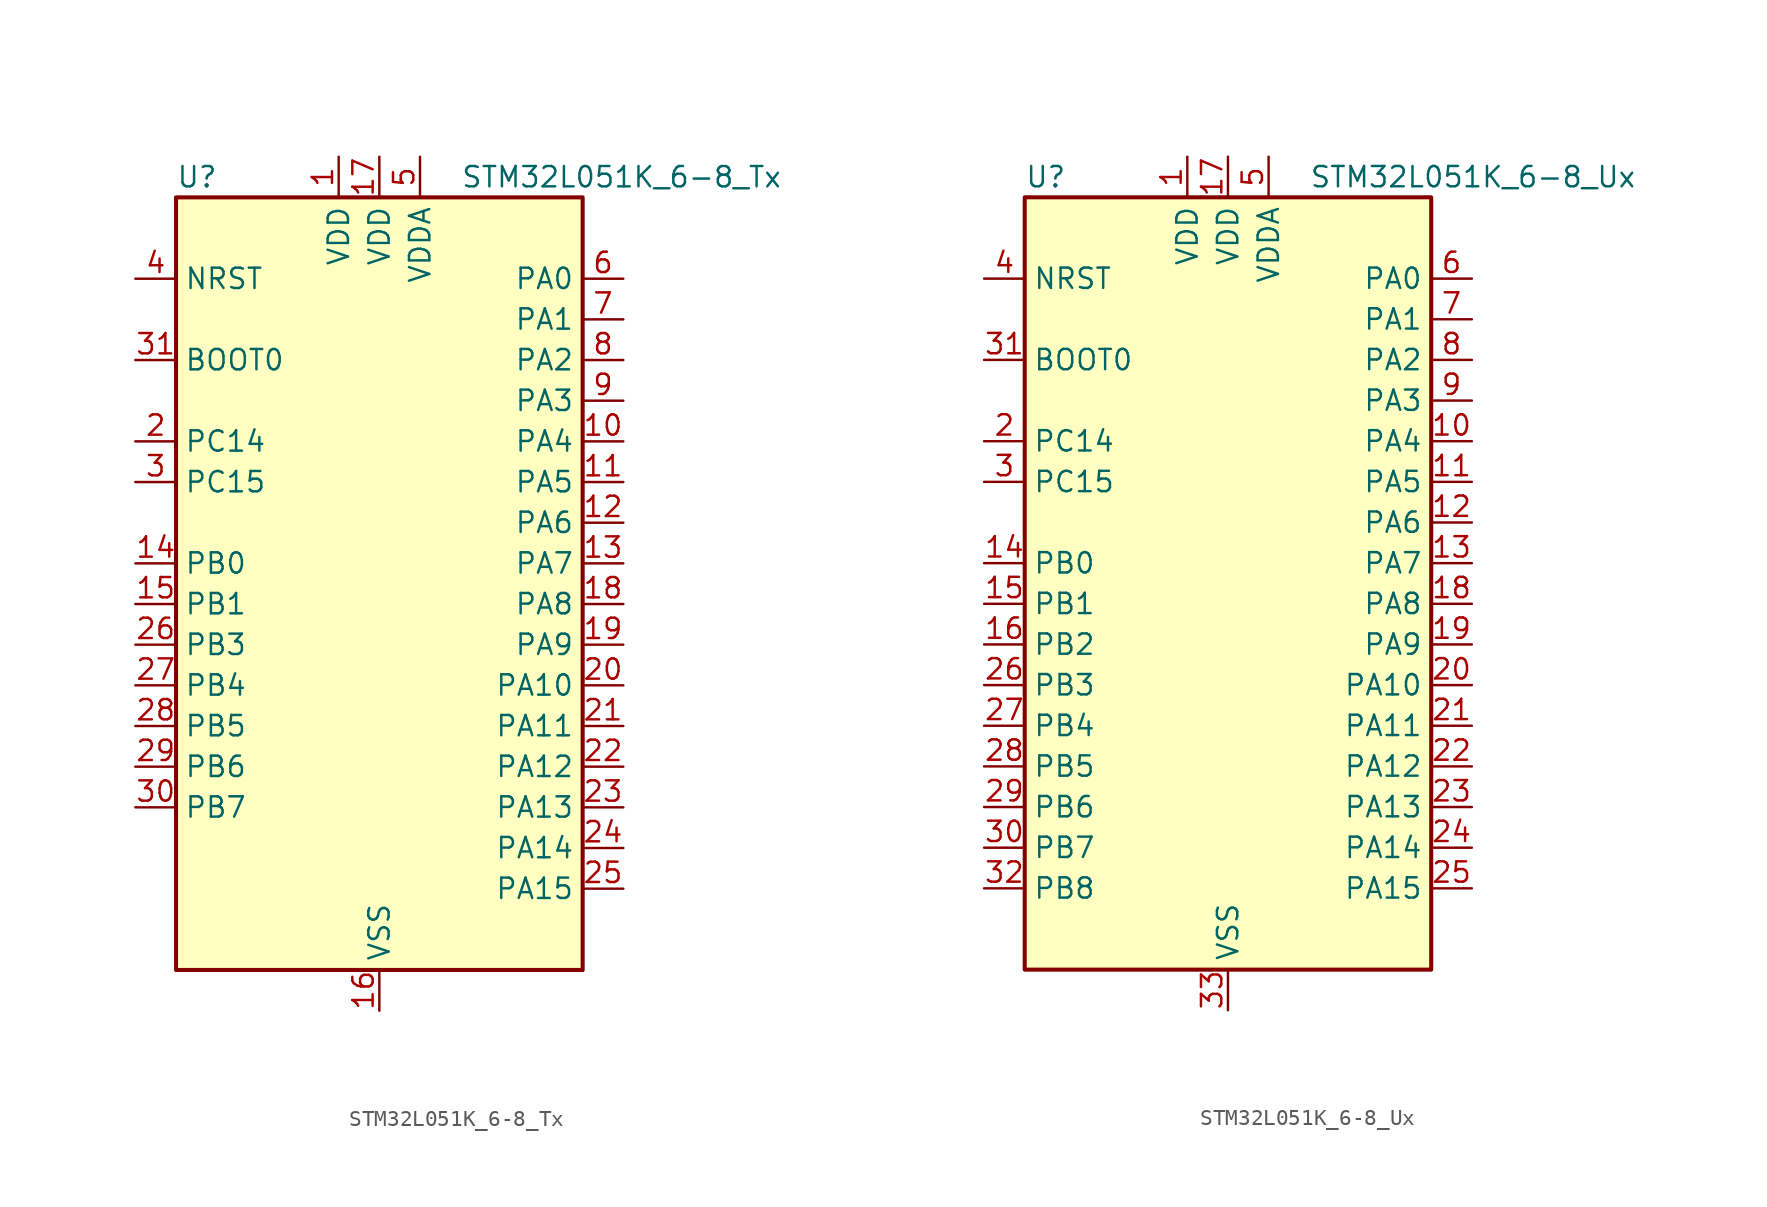
<source format=kicad_sym>
(kicad_symbol_lib
  (version 20241209)
  (generator "kicad_symbol_editor")
  (generator_version "9.0")
  (symbol "STM32L051K_6-8_Tx"
    (property "Reference" "U"
      (at -12.7 26.67 0)
      (effects (font (size 1.27 1.27)) (justify left)))
    (property "Value" "STM32L051K_6-8_Tx"
      (at 5.08 26.67 0)
      (effects (font (size 1.27 1.27)) (justify left)))
    (symbol "STM32L051K_6-8_Tx_0_1"
      (rectangle (start -12.7 -22.86) (end 12.7 25.4) (stroke (width 0.254) (type default)) (fill (type background))))
    (symbol "STM32L051K_6-8_Tx_1_1"
      (pin input line (at -15.24 20.32 0) (length 2.54) (name "NRST" (effects (font (size 1.27 1.27)))) (number "4" (effects (font (size 1.27 1.27)))))
      (pin input line (at -15.24 15.24 0) (length 2.54) (name "BOOT0" (effects (font (size 1.27 1.27)))) (number "31" (effects (font (size 1.27 1.27)))))
      (pin bidirectional line (at -15.24 10.16 0) (length 2.54) (name "PC14" (effects (font (size 1.27 1.27)))) (number "2" (effects (font (size 1.27 1.27)))) (alternate "RCC_OSC32_IN" bidirectional line))
      (pin bidirectional line (at -15.24 7.62 0) (length 2.54) (name "PC15" (effects (font (size 1.27 1.27)))) (number "3" (effects (font (size 1.27 1.27)))) (alternate "RCC_OSC32_OUT" bidirectional line))
      (pin bidirectional line (at -15.24 2.54 0) (length 2.54) (name "PB0" (effects (font (size 1.27 1.27)))) (number "14" (effects (font (size 1.27 1.27)))) (alternate "ADC_IN8" bidirectional line) (alternate "SYS_VREF_OUT_PB0" bidirectional line))
      (pin bidirectional line (at -15.24 0 0) (length 2.54) (name "PB1" (effects (font (size 1.27 1.27)))) (number "15" (effects (font (size 1.27 1.27)))) (alternate "ADC_IN9" bidirectional line) (alternate "SYS_VREF_OUT_PB1" bidirectional line))
      (pin bidirectional line (at -15.24 -2.54 0) (length 2.54) (name "PB3" (effects (font (size 1.27 1.27)))) (number "26" (effects (font (size 1.27 1.27)))) (alternate "COMP2_INM" bidirectional line) (alternate "SPI1_SCK" bidirectional line) (alternate "TIM2_CH2" bidirectional line))
      (pin bidirectional line (at -15.24 -5.08 0) (length 2.54) (name "PB4" (effects (font (size 1.27 1.27)))) (number "27" (effects (font (size 1.27 1.27)))) (alternate "COMP2_INP" bidirectional line) (alternate "SPI1_MISO" bidirectional line) (alternate "TIM22_CH1" bidirectional line))
      (pin bidirectional line (at -15.24 -7.62 0) (length 2.54) (name "PB5" (effects (font (size 1.27 1.27)))) (number "28" (effects (font (size 1.27 1.27)))) (alternate "COMP2_INP" bidirectional line) (alternate "I2C1_SMBA" bidirectional line) (alternate "LPTIM1_IN1" bidirectional line) (alternate "SPI1_MOSI" bidirectional line) (alternate "TIM22_CH2" bidirectional line))
      (pin bidirectional line (at -15.24 -10.16 0) (length 2.54) (name "PB6" (effects (font (size 1.27 1.27)))) (number "29" (effects (font (size 1.27 1.27)))) (alternate "COMP2_INP" bidirectional line) (alternate "I2C1_SCL" bidirectional line) (alternate "LPTIM1_ETR" bidirectional line) (alternate "USART1_TX" bidirectional line))
      (pin bidirectional line (at -15.24 -12.7 0) (length 2.54) (name "PB7" (effects (font (size 1.27 1.27)))) (number "30" (effects (font (size 1.27 1.27)))) (alternate "COMP2_INP" bidirectional line) (alternate "I2C1_SDA" bidirectional line) (alternate "LPTIM1_IN2" bidirectional line) (alternate "SYS_PVD_IN" bidirectional line) (alternate "USART1_RX" bidirectional line))
      (pin power_in line (at -2.54 27.94 270) (length 2.54) (name "VDD" (effects (font (size 1.27 1.27)))) (number "1" (effects (font (size 1.27 1.27)))))
      (pin power_in line (at 0 27.94 270) (length 2.54) (name "VDD" (effects (font (size 1.27 1.27)))) (number "17" (effects (font (size 1.27 1.27)))))
      (pin power_in line (at 0 -25.4 90) (length 2.54) (name "VSS" (effects (font (size 1.27 1.27)))) (number "16" (effects (font (size 1.27 1.27)))))
      (pin passive line (at 0 -25.4 90) (length 2.54) (hide yes) (name "VSS" (effects (font (size 1.27 1.27)))) (number "32" (effects (font (size 1.27 1.27)))))
      (pin power_in line (at 2.54 27.94 270) (length 2.54) (name "VDDA" (effects (font (size 1.27 1.27)))) (number "5" (effects (font (size 1.27 1.27)))))
      (pin bidirectional line (at 15.24 20.32 180) (length 2.54) (name "PA0" (effects (font (size 1.27 1.27)))) (number "6" (effects (font (size 1.27 1.27)))) (alternate "ADC_IN0" bidirectional line) (alternate "COMP1_INM" bidirectional line) (alternate "COMP1_OUT" bidirectional line) (alternate "RTC_TAMP2" bidirectional line) (alternate "SYS_WKUP1" bidirectional line) (alternate "TIM2_CH1" bidirectional line) (alternate "TIM2_ETR" bidirectional line) (alternate "USART2_CTS" bidirectional line))
      (pin bidirectional line (at 15.24 17.78 180) (length 2.54) (name "PA1" (effects (font (size 1.27 1.27)))) (number "7" (effects (font (size 1.27 1.27)))) (alternate "ADC_IN1" bidirectional line) (alternate "COMP1_INP" bidirectional line) (alternate "TIM21_ETR" bidirectional line) (alternate "TIM2_CH2" bidirectional line) (alternate "USART2_DE" bidirectional line) (alternate "USART2_RTS" bidirectional line))
      (pin bidirectional line (at 15.24 15.24 180) (length 2.54) (name "PA2" (effects (font (size 1.27 1.27)))) (number "8" (effects (font (size 1.27 1.27)))) (alternate "ADC_IN2" bidirectional line) (alternate "COMP2_INM" bidirectional line) (alternate "COMP2_OUT" bidirectional line) (alternate "TIM21_CH1" bidirectional line) (alternate "TIM2_CH3" bidirectional line) (alternate "USART2_TX" bidirectional line))
      (pin bidirectional line (at 15.24 12.7 180) (length 2.54) (name "PA3" (effects (font (size 1.27 1.27)))) (number "9" (effects (font (size 1.27 1.27)))) (alternate "ADC_IN3" bidirectional line) (alternate "COMP2_INP" bidirectional line) (alternate "TIM21_CH2" bidirectional line) (alternate "TIM2_CH4" bidirectional line) (alternate "USART2_RX" bidirectional line))
      (pin bidirectional line (at 15.24 10.16 180) (length 2.54) (name "PA4" (effects (font (size 1.27 1.27)))) (number "10" (effects (font (size 1.27 1.27)))) (alternate "ADC_IN4" bidirectional line) (alternate "COMP1_INM" bidirectional line) (alternate "COMP2_INM" bidirectional line) (alternate "SPI1_NSS" bidirectional line) (alternate "TIM22_ETR" bidirectional line) (alternate "USART2_CK" bidirectional line))
      (pin bidirectional line (at 15.24 7.62 180) (length 2.54) (name "PA5" (effects (font (size 1.27 1.27)))) (number "11" (effects (font (size 1.27 1.27)))) (alternate "ADC_IN5" bidirectional line) (alternate "COMP1_INM" bidirectional line) (alternate "COMP2_INM" bidirectional line) (alternate "SPI1_SCK" bidirectional line) (alternate "TIM2_CH1" bidirectional line) (alternate "TIM2_ETR" bidirectional line))
      (pin bidirectional line (at 15.24 5.08 180) (length 2.54) (name "PA6" (effects (font (size 1.27 1.27)))) (number "12" (effects (font (size 1.27 1.27)))) (alternate "ADC_IN6" bidirectional line) (alternate "COMP1_OUT" bidirectional line) (alternate "SPI1_MISO" bidirectional line) (alternate "TIM22_CH1" bidirectional line))
      (pin bidirectional line (at 15.24 2.54 180) (length 2.54) (name "PA7" (effects (font (size 1.27 1.27)))) (number "13" (effects (font (size 1.27 1.27)))) (alternate "ADC_IN7" bidirectional line) (alternate "COMP2_OUT" bidirectional line) (alternate "SPI1_MOSI" bidirectional line) (alternate "TIM22_CH2" bidirectional line))
      (pin bidirectional line (at 15.24 0 180) (length 2.54) (name "PA8" (effects (font (size 1.27 1.27)))) (number "18" (effects (font (size 1.27 1.27)))) (alternate "RCC_MCO" bidirectional line) (alternate "USART1_CK" bidirectional line))
      (pin bidirectional line (at 15.24 -2.54 180) (length 2.54) (name "PA9" (effects (font (size 1.27 1.27)))) (number "19" (effects (font (size 1.27 1.27)))) (alternate "RCC_MCO" bidirectional line) (alternate "USART1_TX" bidirectional line))
      (pin bidirectional line (at 15.24 -5.08 180) (length 2.54) (name "PA10" (effects (font (size 1.27 1.27)))) (number "20" (effects (font (size 1.27 1.27)))) (alternate "USART1_RX" bidirectional line))
      (pin bidirectional line (at 15.24 -7.62 180) (length 2.54) (name "PA11" (effects (font (size 1.27 1.27)))) (number "21" (effects (font (size 1.27 1.27)))) (alternate "ADC_EXTI11" bidirectional line) (alternate "COMP1_OUT" bidirectional line) (alternate "SPI1_MISO" bidirectional line) (alternate "USART1_CTS" bidirectional line))
      (pin bidirectional line (at 15.24 -10.16 180) (length 2.54) (name "PA12" (effects (font (size 1.27 1.27)))) (number "22" (effects (font (size 1.27 1.27)))) (alternate "COMP2_OUT" bidirectional line) (alternate "SPI1_MOSI" bidirectional line) (alternate "USART1_DE" bidirectional line) (alternate "USART1_RTS" bidirectional line))
      (pin bidirectional line (at 15.24 -12.7 180) (length 2.54) (name "PA13" (effects (font (size 1.27 1.27)))) (number "23" (effects (font (size 1.27 1.27)))) (alternate "SYS_SWDIO" bidirectional line))
      (pin bidirectional line (at 15.24 -15.24 180) (length 2.54) (name "PA14" (effects (font (size 1.27 1.27)))) (number "24" (effects (font (size 1.27 1.27)))) (alternate "SYS_SWCLK" bidirectional line) (alternate "USART2_TX" bidirectional line))
      (pin bidirectional line (at 15.24 -17.78 180) (length 2.54) (name "PA15" (effects (font (size 1.27 1.27)))) (number "25" (effects (font (size 1.27 1.27)))) (alternate "SPI1_NSS" bidirectional line) (alternate "TIM2_CH1" bidirectional line) (alternate "TIM2_ETR" bidirectional line) (alternate "USART2_RX" bidirectional line))))
  (symbol "STM32L051K_6-8_Ux"
    (property "Reference" "U"
      (at -12.7 26.67 0)
      (effects (font (size 1.27 1.27)) (justify left)))
    (property "Value" "STM32L051K_6-8_Ux"
      (at 5.08 26.67 0)
      (effects (font (size 1.27 1.27)) (justify left)))
    (symbol "STM32L051K_6-8_Ux_0_1"
      (rectangle (start -12.7 -22.86) (end 12.7 25.4) (stroke (width 0.254) (type default)) (fill (type background))))
    (symbol "STM32L051K_6-8_Ux_1_1"
      (pin input line (at -15.24 20.32 0) (length 2.54) (name "NRST" (effects (font (size 1.27 1.27)))) (number "4" (effects (font (size 1.27 1.27)))))
      (pin input line (at -15.24 15.24 0) (length 2.54) (name "BOOT0" (effects (font (size 1.27 1.27)))) (number "31" (effects (font (size 1.27 1.27)))))
      (pin bidirectional line (at -15.24 10.16 0) (length 2.54) (name "PC14" (effects (font (size 1.27 1.27)))) (number "2" (effects (font (size 1.27 1.27)))) (alternate "RCC_OSC32_IN" bidirectional line))
      (pin bidirectional line (at -15.24 7.62 0) (length 2.54) (name "PC15" (effects (font (size 1.27 1.27)))) (number "3" (effects (font (size 1.27 1.27)))) (alternate "RCC_OSC32_OUT" bidirectional line))
      (pin bidirectional line (at -15.24 2.54 0) (length 2.54) (name "PB0" (effects (font (size 1.27 1.27)))) (number "14" (effects (font (size 1.27 1.27)))) (alternate "ADC_IN8" bidirectional line) (alternate "SYS_VREF_OUT_PB0" bidirectional line))
      (pin bidirectional line (at -15.24 0 0) (length 2.54) (name "PB1" (effects (font (size 1.27 1.27)))) (number "15" (effects (font (size 1.27 1.27)))) (alternate "ADC_IN9" bidirectional line) (alternate "SYS_VREF_OUT_PB1" bidirectional line))
      (pin bidirectional line (at -15.24 -2.54 0) (length 2.54) (name "PB2" (effects (font (size 1.27 1.27)))) (number "16" (effects (font (size 1.27 1.27)))) (alternate "LPTIM1_OUT" bidirectional line))
      (pin bidirectional line (at -15.24 -5.08 0) (length 2.54) (name "PB3" (effects (font (size 1.27 1.27)))) (number "26" (effects (font (size 1.27 1.27)))) (alternate "COMP2_INM" bidirectional line) (alternate "SPI1_SCK" bidirectional line) (alternate "TIM2_CH2" bidirectional line))
      (pin bidirectional line (at -15.24 -7.62 0) (length 2.54) (name "PB4" (effects (font (size 1.27 1.27)))) (number "27" (effects (font (size 1.27 1.27)))) (alternate "COMP2_INP" bidirectional line) (alternate "SPI1_MISO" bidirectional line) (alternate "TIM22_CH1" bidirectional line))
      (pin bidirectional line (at -15.24 -10.16 0) (length 2.54) (name "PB5" (effects (font (size 1.27 1.27)))) (number "28" (effects (font (size 1.27 1.27)))) (alternate "COMP2_INP" bidirectional line) (alternate "I2C1_SMBA" bidirectional line) (alternate "LPTIM1_IN1" bidirectional line) (alternate "SPI1_MOSI" bidirectional line) (alternate "TIM22_CH2" bidirectional line))
      (pin bidirectional line (at -15.24 -12.7 0) (length 2.54) (name "PB6" (effects (font (size 1.27 1.27)))) (number "29" (effects (font (size 1.27 1.27)))) (alternate "COMP2_INP" bidirectional line) (alternate "I2C1_SCL" bidirectional line) (alternate "LPTIM1_ETR" bidirectional line) (alternate "USART1_TX" bidirectional line))
      (pin bidirectional line (at -15.24 -15.24 0) (length 2.54) (name "PB7" (effects (font (size 1.27 1.27)))) (number "30" (effects (font (size 1.27 1.27)))) (alternate "COMP2_INP" bidirectional line) (alternate "I2C1_SDA" bidirectional line) (alternate "LPTIM1_IN2" bidirectional line) (alternate "SYS_PVD_IN" bidirectional line) (alternate "USART1_RX" bidirectional line))
      (pin bidirectional line (at -15.24 -17.78 0) (length 2.54) (name "PB8" (effects (font (size 1.27 1.27)))) (number "32" (effects (font (size 1.27 1.27)))) (alternate "I2C1_SCL" bidirectional line))
      (pin power_in line (at -2.54 27.94 270) (length 2.54) (name "VDD" (effects (font (size 1.27 1.27)))) (number "1" (effects (font (size 1.27 1.27)))))
      (pin power_in line (at 0 27.94 270) (length 2.54) (name "VDD" (effects (font (size 1.27 1.27)))) (number "17" (effects (font (size 1.27 1.27)))))
      (pin power_in line (at 0 -25.4 90) (length 2.54) (name "VSS" (effects (font (size 1.27 1.27)))) (number "33" (effects (font (size 1.27 1.27)))))
      (pin power_in line (at 2.54 27.94 270) (length 2.54) (name "VDDA" (effects (font (size 1.27 1.27)))) (number "5" (effects (font (size 1.27 1.27)))))
      (pin bidirectional line (at 15.24 20.32 180) (length 2.54) (name "PA0" (effects (font (size 1.27 1.27)))) (number "6" (effects (font (size 1.27 1.27)))) (alternate "ADC_IN0" bidirectional line) (alternate "COMP1_INM" bidirectional line) (alternate "COMP1_OUT" bidirectional line) (alternate "RTC_TAMP2" bidirectional line) (alternate "SYS_WKUP1" bidirectional line) (alternate "TIM2_CH1" bidirectional line) (alternate "TIM2_ETR" bidirectional line) (alternate "USART2_CTS" bidirectional line))
      (pin bidirectional line (at 15.24 17.78 180) (length 2.54) (name "PA1" (effects (font (size 1.27 1.27)))) (number "7" (effects (font (size 1.27 1.27)))) (alternate "ADC_IN1" bidirectional line) (alternate "COMP1_INP" bidirectional line) (alternate "TIM21_ETR" bidirectional line) (alternate "TIM2_CH2" bidirectional line) (alternate "USART2_DE" bidirectional line) (alternate "USART2_RTS" bidirectional line))
      (pin bidirectional line (at 15.24 15.24 180) (length 2.54) (name "PA2" (effects (font (size 1.27 1.27)))) (number "8" (effects (font (size 1.27 1.27)))) (alternate "ADC_IN2" bidirectional line) (alternate "COMP2_INM" bidirectional line) (alternate "COMP2_OUT" bidirectional line) (alternate "TIM21_CH1" bidirectional line) (alternate "TIM2_CH3" bidirectional line) (alternate "USART2_TX" bidirectional line))
      (pin bidirectional line (at 15.24 12.7 180) (length 2.54) (name "PA3" (effects (font (size 1.27 1.27)))) (number "9" (effects (font (size 1.27 1.27)))) (alternate "ADC_IN3" bidirectional line) (alternate "COMP2_INP" bidirectional line) (alternate "TIM21_CH2" bidirectional line) (alternate "TIM2_CH4" bidirectional line) (alternate "USART2_RX" bidirectional line))
      (pin bidirectional line (at 15.24 10.16 180) (length 2.54) (name "PA4" (effects (font (size 1.27 1.27)))) (number "10" (effects (font (size 1.27 1.27)))) (alternate "ADC_IN4" bidirectional line) (alternate "COMP1_INM" bidirectional line) (alternate "COMP2_INM" bidirectional line) (alternate "SPI1_NSS" bidirectional line) (alternate "TIM22_ETR" bidirectional line) (alternate "USART2_CK" bidirectional line))
      (pin bidirectional line (at 15.24 7.62 180) (length 2.54) (name "PA5" (effects (font (size 1.27 1.27)))) (number "11" (effects (font (size 1.27 1.27)))) (alternate "ADC_IN5" bidirectional line) (alternate "COMP1_INM" bidirectional line) (alternate "COMP2_INM" bidirectional line) (alternate "SPI1_SCK" bidirectional line) (alternate "TIM2_CH1" bidirectional line) (alternate "TIM2_ETR" bidirectional line))
      (pin bidirectional line (at 15.24 5.08 180) (length 2.54) (name "PA6" (effects (font (size 1.27 1.27)))) (number "12" (effects (font (size 1.27 1.27)))) (alternate "ADC_IN6" bidirectional line) (alternate "COMP1_OUT" bidirectional line) (alternate "SPI1_MISO" bidirectional line) (alternate "TIM22_CH1" bidirectional line))
      (pin bidirectional line (at 15.24 2.54 180) (length 2.54) (name "PA7" (effects (font (size 1.27 1.27)))) (number "13" (effects (font (size 1.27 1.27)))) (alternate "ADC_IN7" bidirectional line) (alternate "COMP2_OUT" bidirectional line) (alternate "SPI1_MOSI" bidirectional line) (alternate "TIM22_CH2" bidirectional line))
      (pin bidirectional line (at 15.24 0 180) (length 2.54) (name "PA8" (effects (font (size 1.27 1.27)))) (number "18" (effects (font (size 1.27 1.27)))) (alternate "RCC_MCO" bidirectional line) (alternate "USART1_CK" bidirectional line))
      (pin bidirectional line (at 15.24 -2.54 180) (length 2.54) (name "PA9" (effects (font (size 1.27 1.27)))) (number "19" (effects (font (size 1.27 1.27)))) (alternate "RCC_MCO" bidirectional line) (alternate "USART1_TX" bidirectional line))
      (pin bidirectional line (at 15.24 -5.08 180) (length 2.54) (name "PA10" (effects (font (size 1.27 1.27)))) (number "20" (effects (font (size 1.27 1.27)))) (alternate "USART1_RX" bidirectional line))
      (pin bidirectional line (at 15.24 -7.62 180) (length 2.54) (name "PA11" (effects (font (size 1.27 1.27)))) (number "21" (effects (font (size 1.27 1.27)))) (alternate "ADC_EXTI11" bidirectional line) (alternate "COMP1_OUT" bidirectional line) (alternate "SPI1_MISO" bidirectional line) (alternate "USART1_CTS" bidirectional line))
      (pin bidirectional line (at 15.24 -10.16 180) (length 2.54) (name "PA12" (effects (font (size 1.27 1.27)))) (number "22" (effects (font (size 1.27 1.27)))) (alternate "COMP2_OUT" bidirectional line) (alternate "SPI1_MOSI" bidirectional line) (alternate "USART1_DE" bidirectional line) (alternate "USART1_RTS" bidirectional line))
      (pin bidirectional line (at 15.24 -12.7 180) (length 2.54) (name "PA13" (effects (font (size 1.27 1.27)))) (number "23" (effects (font (size 1.27 1.27)))) (alternate "SYS_SWDIO" bidirectional line))
      (pin bidirectional line (at 15.24 -15.24 180) (length 2.54) (name "PA14" (effects (font (size 1.27 1.27)))) (number "24" (effects (font (size 1.27 1.27)))) (alternate "SYS_SWCLK" bidirectional line) (alternate "USART2_TX" bidirectional line))
      (pin bidirectional line (at 15.24 -17.78 180) (length 2.54) (name "PA15" (effects (font (size 1.27 1.27)))) (number "25" (effects (font (size 1.27 1.27)))) (alternate "SPI1_NSS" bidirectional line) (alternate "TIM2_CH1" bidirectional line) (alternate "TIM2_ETR" bidirectional line) (alternate "USART2_RX" bidirectional line)))))
</source>
